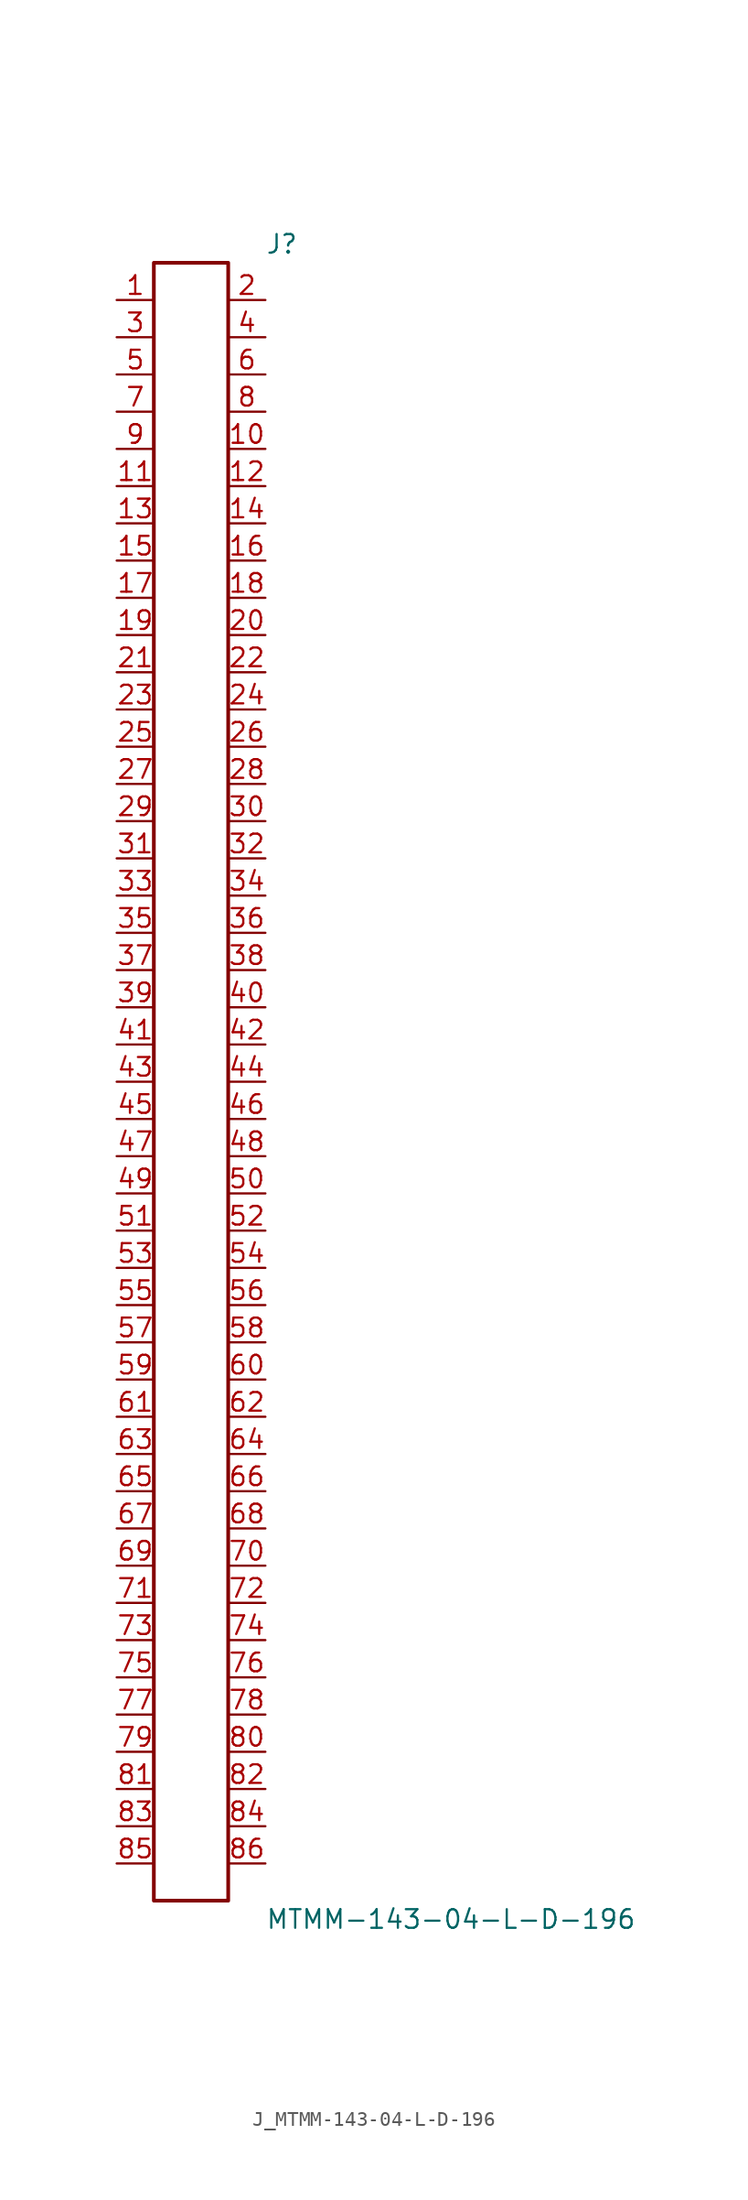
<source format=kicad_sym>
(kicad_symbol_lib
  (version 20231120)
  (generator kicad_symbol_editor)
  (generator_version 8.0)
  (symbol "J_MTMM-143-04-L-D-196"
    (pin_names
      (offset 0.254))
    (property "Reference" "J"
      (at 5.08 57.15 0)
      (effects (font (size 1.27 1.27)) (justify left)))
    (property "Value" "MTMM-143-04-L-D-196"
      (at 5.08 -57.15 0)
      (effects (font (size 1.27 1.27)) (justify left)))
    (symbol "J_MTMM-143-04-L-D-196_0_0"
      (pin passive line (at -5.08 53.34 0) (length 2.54) (name "" (effects (font (size 1.27 1.27)))) (number "1" (effects (font (size 1.27 1.27)))))
      (pin passive line (at 5.08 53.34 180) (length 2.54) (name "" (effects (font (size 1.27 1.27)))) (number "2" (effects (font (size 1.27 1.27)))))
      (pin passive line (at -5.08 50.8 0) (length 2.54) (name "" (effects (font (size 1.27 1.27)))) (number "3" (effects (font (size 1.27 1.27)))))
      (pin passive line (at 5.08 50.8 180) (length 2.54) (name "" (effects (font (size 1.27 1.27)))) (number "4" (effects (font (size 1.27 1.27)))))
      (pin passive line (at -5.08 48.26 0) (length 2.54) (name "" (effects (font (size 1.27 1.27)))) (number "5" (effects (font (size 1.27 1.27)))))
      (pin passive line (at 5.08 48.26 180) (length 2.54) (name "" (effects (font (size 1.27 1.27)))) (number "6" (effects (font (size 1.27 1.27)))))
      (pin passive line (at -5.08 45.72 0) (length 2.54) (name "" (effects (font (size 1.27 1.27)))) (number "7" (effects (font (size 1.27 1.27)))))
      (pin passive line (at 5.08 45.72 180) (length 2.54) (name "" (effects (font (size 1.27 1.27)))) (number "8" (effects (font (size 1.27 1.27)))))
      (pin passive line (at -5.08 43.18 0) (length 2.54) (name "" (effects (font (size 1.27 1.27)))) (number "9" (effects (font (size 1.27 1.27)))))
      (pin passive line (at 5.08 43.18 180) (length 2.54) (name "" (effects (font (size 1.27 1.27)))) (number "10" (effects (font (size 1.27 1.27)))))
      (pin passive line (at -5.08 40.64 0) (length 2.54) (name "" (effects (font (size 1.27 1.27)))) (number "11" (effects (font (size 1.27 1.27)))))
      (pin passive line (at 5.08 40.64 180) (length 2.54) (name "" (effects (font (size 1.27 1.27)))) (number "12" (effects (font (size 1.27 1.27)))))
      (pin passive line (at -5.08 38.1 0) (length 2.54) (name "" (effects (font (size 1.27 1.27)))) (number "13" (effects (font (size 1.27 1.27)))))
      (pin passive line (at 5.08 38.1 180) (length 2.54) (name "" (effects (font (size 1.27 1.27)))) (number "14" (effects (font (size 1.27 1.27)))))
      (pin passive line (at -5.08 35.56 0) (length 2.54) (name "" (effects (font (size 1.27 1.27)))) (number "15" (effects (font (size 1.27 1.27)))))
      (pin passive line (at 5.08 35.56 180) (length 2.54) (name "" (effects (font (size 1.27 1.27)))) (number "16" (effects (font (size 1.27 1.27)))))
      (pin passive line (at -5.08 33.02 0) (length 2.54) (name "" (effects (font (size 1.27 1.27)))) (number "17" (effects (font (size 1.27 1.27)))))
      (pin passive line (at 5.08 33.02 180) (length 2.54) (name "" (effects (font (size 1.27 1.27)))) (number "18" (effects (font (size 1.27 1.27)))))
      (pin passive line (at -5.08 30.48 0) (length 2.54) (name "" (effects (font (size 1.27 1.27)))) (number "19" (effects (font (size 1.27 1.27)))))
      (pin passive line (at 5.08 30.48 180) (length 2.54) (name "" (effects (font (size 1.27 1.27)))) (number "20" (effects (font (size 1.27 1.27)))))
      (pin passive line (at -5.08 27.94 0) (length 2.54) (name "" (effects (font (size 1.27 1.27)))) (number "21" (effects (font (size 1.27 1.27)))))
      (pin passive line (at 5.08 27.94 180) (length 2.54) (name "" (effects (font (size 1.27 1.27)))) (number "22" (effects (font (size 1.27 1.27)))))
      (pin passive line (at -5.08 25.4 0) (length 2.54) (name "" (effects (font (size 1.27 1.27)))) (number "23" (effects (font (size 1.27 1.27)))))
      (pin passive line (at 5.08 25.4 180) (length 2.54) (name "" (effects (font (size 1.27 1.27)))) (number "24" (effects (font (size 1.27 1.27)))))
      (pin passive line (at -5.08 22.86 0) (length 2.54) (name "" (effects (font (size 1.27 1.27)))) (number "25" (effects (font (size 1.27 1.27)))))
      (pin passive line (at 5.08 22.86 180) (length 2.54) (name "" (effects (font (size 1.27 1.27)))) (number "26" (effects (font (size 1.27 1.27)))))
      (pin passive line (at -5.08 20.32 0) (length 2.54) (name "" (effects (font (size 1.27 1.27)))) (number "27" (effects (font (size 1.27 1.27)))))
      (pin passive line (at 5.08 20.32 180) (length 2.54) (name "" (effects (font (size 1.27 1.27)))) (number "28" (effects (font (size 1.27 1.27)))))
      (pin passive line (at -5.08 17.78 0) (length 2.54) (name "" (effects (font (size 1.27 1.27)))) (number "29" (effects (font (size 1.27 1.27)))))
      (pin passive line (at 5.08 17.78 180) (length 2.54) (name "" (effects (font (size 1.27 1.27)))) (number "30" (effects (font (size 1.27 1.27)))))
      (pin passive line (at -5.08 15.24 0) (length 2.54) (name "" (effects (font (size 1.27 1.27)))) (number "31" (effects (font (size 1.27 1.27)))))
      (pin passive line (at 5.08 15.24 180) (length 2.54) (name "" (effects (font (size 1.27 1.27)))) (number "32" (effects (font (size 1.27 1.27)))))
      (pin passive line (at -5.08 12.7 0) (length 2.54) (name "" (effects (font (size 1.27 1.27)))) (number "33" (effects (font (size 1.27 1.27)))))
      (pin passive line (at 5.08 12.7 180) (length 2.54) (name "" (effects (font (size 1.27 1.27)))) (number "34" (effects (font (size 1.27 1.27)))))
      (pin passive line (at -5.08 10.16 0) (length 2.54) (name "" (effects (font (size 1.27 1.27)))) (number "35" (effects (font (size 1.27 1.27)))))
      (pin passive line (at 5.08 10.16 180) (length 2.54) (name "" (effects (font (size 1.27 1.27)))) (number "36" (effects (font (size 1.27 1.27)))))
      (pin passive line (at -5.08 7.62 0) (length 2.54) (name "" (effects (font (size 1.27 1.27)))) (number "37" (effects (font (size 1.27 1.27)))))
      (pin passive line (at 5.08 7.62 180) (length 2.54) (name "" (effects (font (size 1.27 1.27)))) (number "38" (effects (font (size 1.27 1.27)))))
      (pin passive line (at -5.08 5.08 0) (length 2.54) (name "" (effects (font (size 1.27 1.27)))) (number "39" (effects (font (size 1.27 1.27)))))
      (pin passive line (at 5.08 5.08 180) (length 2.54) (name "" (effects (font (size 1.27 1.27)))) (number "40" (effects (font (size 1.27 1.27)))))
      (pin passive line (at -5.08 2.54 0) (length 2.54) (name "" (effects (font (size 1.27 1.27)))) (number "41" (effects (font (size 1.27 1.27)))))
      (pin passive line (at 5.08 2.54 180) (length 2.54) (name "" (effects (font (size 1.27 1.27)))) (number "42" (effects (font (size 1.27 1.27)))))
      (pin passive line (at -5.08 0.0 0) (length 2.54) (name "" (effects (font (size 1.27 1.27)))) (number "43" (effects (font (size 1.27 1.27)))))
      (pin passive line (at 5.08 0.0 180) (length 2.54) (name "" (effects (font (size 1.27 1.27)))) (number "44" (effects (font (size 1.27 1.27)))))
      (pin passive line (at -5.08 -2.54 0) (length 2.54) (name "" (effects (font (size 1.27 1.27)))) (number "45" (effects (font (size 1.27 1.27)))))
      (pin passive line (at 5.08 -2.54 180) (length 2.54) (name "" (effects (font (size 1.27 1.27)))) (number "46" (effects (font (size 1.27 1.27)))))
      (pin passive line (at -5.08 -5.08 0) (length 2.54) (name "" (effects (font (size 1.27 1.27)))) (number "47" (effects (font (size 1.27 1.27)))))
      (pin passive line (at 5.08 -5.08 180) (length 2.54) (name "" (effects (font (size 1.27 1.27)))) (number "48" (effects (font (size 1.27 1.27)))))
      (pin passive line (at -5.08 -7.62 0) (length 2.54) (name "" (effects (font (size 1.27 1.27)))) (number "49" (effects (font (size 1.27 1.27)))))
      (pin passive line (at 5.08 -7.62 180) (length 2.54) (name "" (effects (font (size 1.27 1.27)))) (number "50" (effects (font (size 1.27 1.27)))))
      (pin passive line (at -5.08 -10.16 0) (length 2.54) (name "" (effects (font (size 1.27 1.27)))) (number "51" (effects (font (size 1.27 1.27)))))
      (pin passive line (at 5.08 -10.16 180) (length 2.54) (name "" (effects (font (size 1.27 1.27)))) (number "52" (effects (font (size 1.27 1.27)))))
      (pin passive line (at -5.08 -12.7 0) (length 2.54) (name "" (effects (font (size 1.27 1.27)))) (number "53" (effects (font (size 1.27 1.27)))))
      (pin passive line (at 5.08 -12.7 180) (length 2.54) (name "" (effects (font (size 1.27 1.27)))) (number "54" (effects (font (size 1.27 1.27)))))
      (pin passive line (at -5.08 -15.24 0) (length 2.54) (name "" (effects (font (size 1.27 1.27)))) (number "55" (effects (font (size 1.27 1.27)))))
      (pin passive line (at 5.08 -15.24 180) (length 2.54) (name "" (effects (font (size 1.27 1.27)))) (number "56" (effects (font (size 1.27 1.27)))))
      (pin passive line (at -5.08 -17.78 0) (length 2.54) (name "" (effects (font (size 1.27 1.27)))) (number "57" (effects (font (size 1.27 1.27)))))
      (pin passive line (at 5.08 -17.78 180) (length 2.54) (name "" (effects (font (size 1.27 1.27)))) (number "58" (effects (font (size 1.27 1.27)))))
      (pin passive line (at -5.08 -20.32 0) (length 2.54) (name "" (effects (font (size 1.27 1.27)))) (number "59" (effects (font (size 1.27 1.27)))))
      (pin passive line (at 5.08 -20.32 180) (length 2.54) (name "" (effects (font (size 1.27 1.27)))) (number "60" (effects (font (size 1.27 1.27)))))
      (pin passive line (at -5.08 -22.86 0) (length 2.54) (name "" (effects (font (size 1.27 1.27)))) (number "61" (effects (font (size 1.27 1.27)))))
      (pin passive line (at 5.08 -22.86 180) (length 2.54) (name "" (effects (font (size 1.27 1.27)))) (number "62" (effects (font (size 1.27 1.27)))))
      (pin passive line (at -5.08 -25.4 0) (length 2.54) (name "" (effects (font (size 1.27 1.27)))) (number "63" (effects (font (size 1.27 1.27)))))
      (pin passive line (at 5.08 -25.4 180) (length 2.54) (name "" (effects (font (size 1.27 1.27)))) (number "64" (effects (font (size 1.27 1.27)))))
      (pin passive line (at -5.08 -27.94 0) (length 2.54) (name "" (effects (font (size 1.27 1.27)))) (number "65" (effects (font (size 1.27 1.27)))))
      (pin passive line (at 5.08 -27.94 180) (length 2.54) (name "" (effects (font (size 1.27 1.27)))) (number "66" (effects (font (size 1.27 1.27)))))
      (pin passive line (at -5.08 -30.48 0) (length 2.54) (name "" (effects (font (size 1.27 1.27)))) (number "67" (effects (font (size 1.27 1.27)))))
      (pin passive line (at 5.08 -30.48 180) (length 2.54) (name "" (effects (font (size 1.27 1.27)))) (number "68" (effects (font (size 1.27 1.27)))))
      (pin passive line (at -5.08 -33.02 0) (length 2.54) (name "" (effects (font (size 1.27 1.27)))) (number "69" (effects (font (size 1.27 1.27)))))
      (pin passive line (at 5.08 -33.02 180) (length 2.54) (name "" (effects (font (size 1.27 1.27)))) (number "70" (effects (font (size 1.27 1.27)))))
      (pin passive line (at -5.08 -35.56 0) (length 2.54) (name "" (effects (font (size 1.27 1.27)))) (number "71" (effects (font (size 1.27 1.27)))))
      (pin passive line (at 5.08 -35.56 180) (length 2.54) (name "" (effects (font (size 1.27 1.27)))) (number "72" (effects (font (size 1.27 1.27)))))
      (pin passive line (at -5.08 -38.1 0) (length 2.54) (name "" (effects (font (size 1.27 1.27)))) (number "73" (effects (font (size 1.27 1.27)))))
      (pin passive line (at 5.08 -38.1 180) (length 2.54) (name "" (effects (font (size 1.27 1.27)))) (number "74" (effects (font (size 1.27 1.27)))))
      (pin passive line (at -5.08 -40.64 0) (length 2.54) (name "" (effects (font (size 1.27 1.27)))) (number "75" (effects (font (size 1.27 1.27)))))
      (pin passive line (at 5.08 -40.64 180) (length 2.54) (name "" (effects (font (size 1.27 1.27)))) (number "76" (effects (font (size 1.27 1.27)))))
      (pin passive line (at -5.08 -43.18 0) (length 2.54) (name "" (effects (font (size 1.27 1.27)))) (number "77" (effects (font (size 1.27 1.27)))))
      (pin passive line (at 5.08 -43.18 180) (length 2.54) (name "" (effects (font (size 1.27 1.27)))) (number "78" (effects (font (size 1.27 1.27)))))
      (pin passive line (at -5.08 -45.72 0) (length 2.54) (name "" (effects (font (size 1.27 1.27)))) (number "79" (effects (font (size 1.27 1.27)))))
      (pin passive line (at 5.08 -45.72 180) (length 2.54) (name "" (effects (font (size 1.27 1.27)))) (number "80" (effects (font (size 1.27 1.27)))))
      (pin passive line (at -5.08 -48.26 0) (length 2.54) (name "" (effects (font (size 1.27 1.27)))) (number "81" (effects (font (size 1.27 1.27)))))
      (pin passive line (at 5.08 -48.26 180) (length 2.54) (name "" (effects (font (size 1.27 1.27)))) (number "82" (effects (font (size 1.27 1.27)))))
      (pin passive line (at -5.08 -50.8 0) (length 2.54) (name "" (effects (font (size 1.27 1.27)))) (number "83" (effects (font (size 1.27 1.27)))))
      (pin passive line (at 5.08 -50.8 180) (length 2.54) (name "" (effects (font (size 1.27 1.27)))) (number "84" (effects (font (size 1.27 1.27)))))
      (pin passive line (at -5.08 -53.34 0) (length 2.54) (name "" (effects (font (size 1.27 1.27)))) (number "85" (effects (font (size 1.27 1.27)))))
      (pin passive line (at 5.08 -53.34 180) (length 2.54) (name "" (effects (font (size 1.27 1.27)))) (number "86" (effects (font (size 1.27 1.27))))))
    (symbol "J_MTMM-143-04-L-D-196_1_0"
      (rectangle (start -2.54 55.88) (end 2.54 -55.88) (stroke (width 0.254) (type solid)) (fill (type none))))))
</source>
